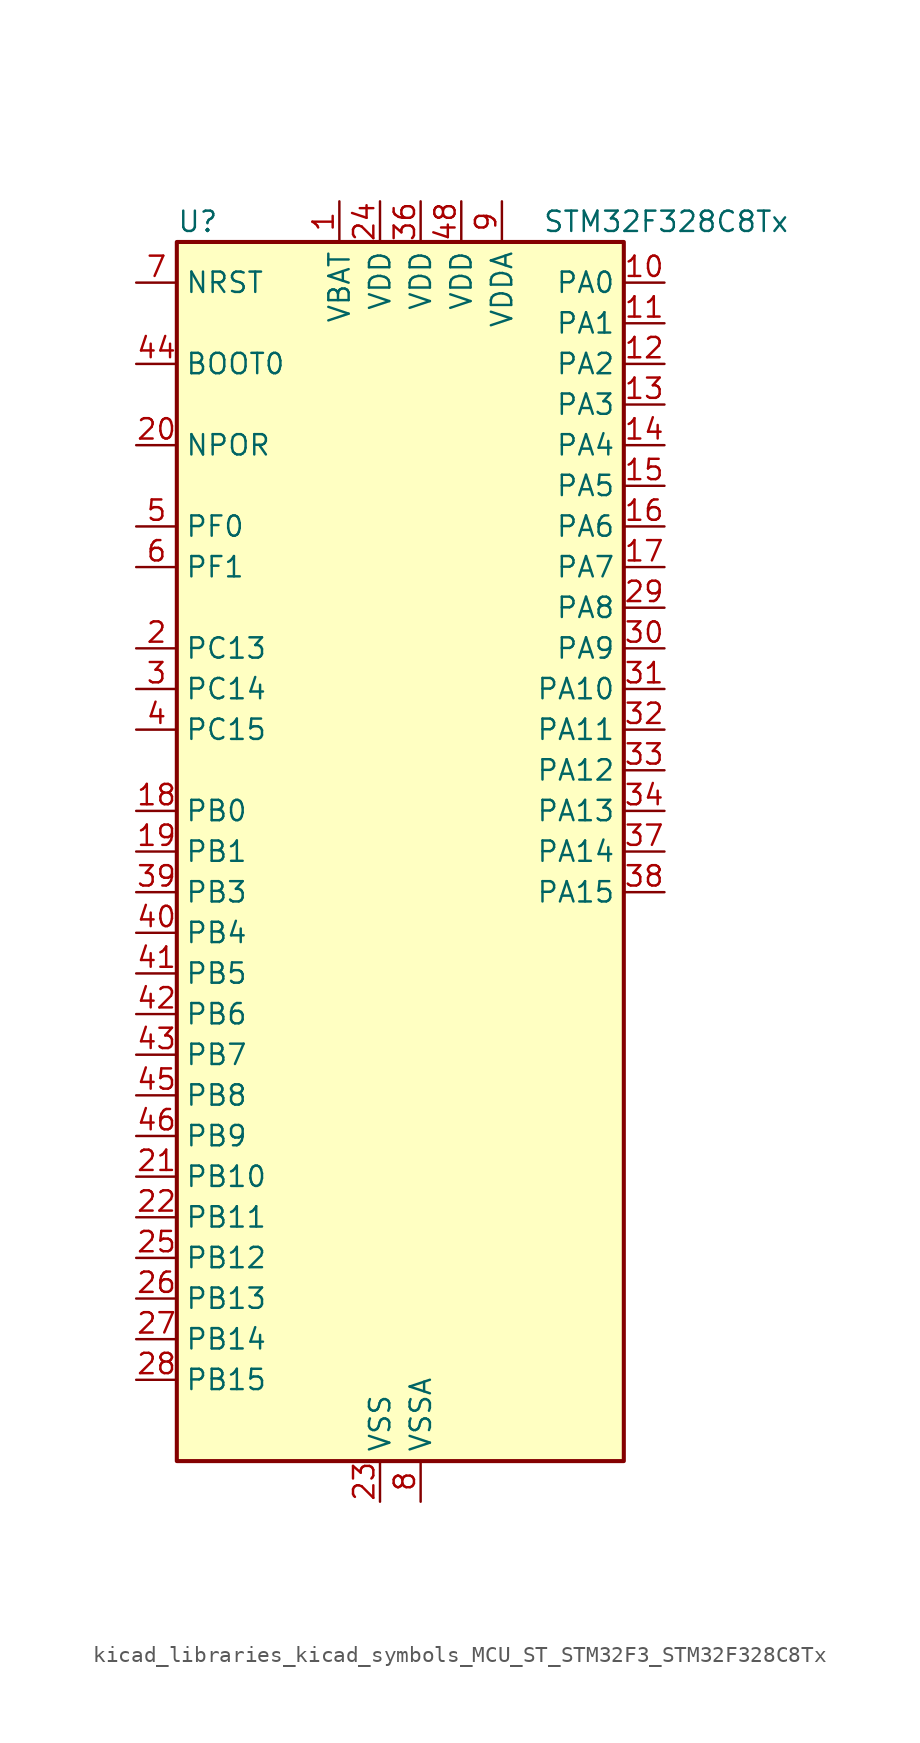
<source format=kicad_sym>
(kicad_symbol_lib
  (version 20220914)
  (generator kicad_symbol_editor)
  (symbol "kicad_libraries_kicad_symbols_MCU_ST_STM32F3_STM32F328C8Tx"
    (property "Reference" "U"
      (at -12.7 39.37 0)
      (effects (font (size 1.27 1.27)) (justify left)))
    (property "Value" "STM32F328C8Tx"
      (at 10.16 39.37 0)
      (effects (font (size 1.27 1.27)) (justify left)))
    (property "ki_locked" ""
      (at 0 0 0)
      (effects (font (size 1.27 1.27))))
    (symbol "kicad_libraries_kicad_symbols_MCU_ST_STM32F3_STM32F328C8Tx_0_1"
      (rectangle (start -12.7 -38.1) (end 15.24 38.1) (stroke (width 0.254) (type default)) (fill (type background))))
    (symbol "kicad_libraries_kicad_symbols_MCU_ST_STM32F3_STM32F328C8Tx_1_1"
      (pin power_in line (at -2.54 40.64 270) (length 2.54) (name "VBAT" (effects (font (size 1.27 1.27)))) (number "1" (effects (font (size 1.27 1.27)))))
      (pin bidirectional line (at 17.78 35.56 180) (length 2.54) (name "PA0" (effects (font (size 1.27 1.27)))) (number "10" (effects (font (size 1.27 1.27)))) (alternate "ADC1_IN1" bidirectional line) (alternate "RTC_TAMP2" bidirectional line) (alternate "SYS_WKUP1" bidirectional line) (alternate "TIM2_CH1" bidirectional line) (alternate "TIM2_ETR" bidirectional line) (alternate "TSC_G1_IO1" bidirectional line) (alternate "USART2_CTS" bidirectional line))
      (pin bidirectional line (at 17.78 33.02 180) (length 2.54) (name "PA1" (effects (font (size 1.27 1.27)))) (number "11" (effects (font (size 1.27 1.27)))) (alternate "ADC1_IN2" bidirectional line) (alternate "RTC_REFIN" bidirectional line) (alternate "TIM15_CH1N" bidirectional line) (alternate "TIM2_CH2" bidirectional line) (alternate "TSC_G1_IO2" bidirectional line) (alternate "USART2_DE" bidirectional line) (alternate "USART2_RTS" bidirectional line))
      (pin bidirectional line (at 17.78 30.48 180) (length 2.54) (name "PA2" (effects (font (size 1.27 1.27)))) (number "12" (effects (font (size 1.27 1.27)))) (alternate "ADC1_IN3" bidirectional line) (alternate "COMP2_INM" bidirectional line) (alternate "COMP2_OUT" bidirectional line) (alternate "TIM15_CH1" bidirectional line) (alternate "TIM2_CH3" bidirectional line) (alternate "TSC_G1_IO3" bidirectional line) (alternate "USART2_TX" bidirectional line))
      (pin bidirectional line (at 17.78 27.94 180) (length 2.54) (name "PA3" (effects (font (size 1.27 1.27)))) (number "13" (effects (font (size 1.27 1.27)))) (alternate "ADC1_IN4" bidirectional line) (alternate "TIM15_CH2" bidirectional line) (alternate "TIM2_CH4" bidirectional line) (alternate "TSC_G1_IO4" bidirectional line) (alternate "USART2_RX" bidirectional line))
      (pin bidirectional line (at 17.78 25.4 180) (length 2.54) (name "PA4" (effects (font (size 1.27 1.27)))) (number "14" (effects (font (size 1.27 1.27)))) (alternate "ADC2_IN1" bidirectional line) (alternate "COMP2_INM" bidirectional line) (alternate "COMP4_INM" bidirectional line) (alternate "COMP6_INM" bidirectional line) (alternate "DAC1_OUT1" bidirectional line) (alternate "SPI1_NSS" bidirectional line) (alternate "TIM3_CH2" bidirectional line) (alternate "TSC_G2_IO1" bidirectional line) (alternate "USART2_CK" bidirectional line))
      (pin bidirectional line (at 17.78 22.86 180) (length 2.54) (name "PA5" (effects (font (size 1.27 1.27)))) (number "15" (effects (font (size 1.27 1.27)))) (alternate "ADC2_IN2" bidirectional line) (alternate "DAC1_OUT2" bidirectional line) (alternate "OPAMP2_VINM" bidirectional line) (alternate "OPAMP2_VINM_SEC" bidirectional line) (alternate "SPI1_SCK" bidirectional line) (alternate "TIM2_CH1" bidirectional line) (alternate "TIM2_ETR" bidirectional line) (alternate "TSC_G2_IO2" bidirectional line))
      (pin bidirectional line (at 17.78 20.32 180) (length 2.54) (name "PA6" (effects (font (size 1.27 1.27)))) (number "16" (effects (font (size 1.27 1.27)))) (alternate "ADC2_IN3" bidirectional line) (alternate "DAC2_OUT1" bidirectional line) (alternate "OPAMP2_VOUT" bidirectional line) (alternate "SPI1_MISO" bidirectional line) (alternate "TIM16_CH1" bidirectional line) (alternate "TIM1_BKIN" bidirectional line) (alternate "TIM3_CH1" bidirectional line) (alternate "TSC_G2_IO3" bidirectional line))
      (pin bidirectional line (at 17.78 17.78 180) (length 2.54) (name "PA7" (effects (font (size 1.27 1.27)))) (number "17" (effects (font (size 1.27 1.27)))) (alternate "ADC2_IN4" bidirectional line) (alternate "COMP2_INP" bidirectional line) (alternate "OPAMP2_VINP" bidirectional line) (alternate "OPAMP2_VINP_SEC" bidirectional line) (alternate "SPI1_MOSI" bidirectional line) (alternate "TIM17_CH1" bidirectional line) (alternate "TIM1_CH1N" bidirectional line) (alternate "TIM3_CH2" bidirectional line) (alternate "TSC_G2_IO4" bidirectional line))
      (pin bidirectional line (at -15.24 2.54 0) (length 2.54) (name "PB0" (effects (font (size 1.27 1.27)))) (number "18" (effects (font (size 1.27 1.27)))) (alternate "ADC1_IN11" bidirectional line) (alternate "COMP4_INP" bidirectional line) (alternate "OPAMP2_VINP" bidirectional line) (alternate "OPAMP2_VINP_SEC" bidirectional line) (alternate "TIM1_CH2N" bidirectional line) (alternate "TIM3_CH3" bidirectional line) (alternate "TSC_G3_IO2" bidirectional line))
      (pin bidirectional line (at -15.24 0 0) (length 2.54) (name "PB1" (effects (font (size 1.27 1.27)))) (number "19" (effects (font (size 1.27 1.27)))) (alternate "ADC1_IN12" bidirectional line) (alternate "COMP4_OUT" bidirectional line) (alternate "TIM1_CH3N" bidirectional line) (alternate "TIM3_CH4" bidirectional line) (alternate "TSC_G3_IO3" bidirectional line))
      (pin bidirectional line (at -15.24 12.7 0) (length 2.54) (name "PC13" (effects (font (size 1.27 1.27)))) (number "2" (effects (font (size 1.27 1.27)))) (alternate "RTC_OUT_ALARM" bidirectional line) (alternate "RTC_OUT_CALIB" bidirectional line) (alternate "RTC_TAMP1" bidirectional line) (alternate "RTC_TS" bidirectional line) (alternate "SYS_WKUP2" bidirectional line) (alternate "TIM1_CH1N" bidirectional line))
      (pin input line (at -15.24 25.4 0) (length 2.54) (name "NPOR" (effects (font (size 1.27 1.27)))) (number "20" (effects (font (size 1.27 1.27)))))
      (pin bidirectional line (at -15.24 -20.32 0) (length 2.54) (name "PB10" (effects (font (size 1.27 1.27)))) (number "21" (effects (font (size 1.27 1.27)))) (alternate "TIM2_CH3" bidirectional line) (alternate "TSC_SYNC" bidirectional line) (alternate "USART3_TX" bidirectional line))
      (pin bidirectional line (at -15.24 -22.86 0) (length 2.54) (name "PB11" (effects (font (size 1.27 1.27)))) (number "22" (effects (font (size 1.27 1.27)))) (alternate "COMP6_INP" bidirectional line) (alternate "TIM2_CH4" bidirectional line) (alternate "TSC_G6_IO1" bidirectional line) (alternate "USART3_RX" bidirectional line))
      (pin power_in line (at 0 -40.64 90) (length 2.54) (name "VSS" (effects (font (size 1.27 1.27)))) (number "23" (effects (font (size 1.27 1.27)))))
      (pin power_in line (at 0 40.64 270) (length 2.54) (name "VDD" (effects (font (size 1.27 1.27)))) (number "24" (effects (font (size 1.27 1.27)))))
      (pin bidirectional line (at -15.24 -25.4 0) (length 2.54) (name "PB12" (effects (font (size 1.27 1.27)))) (number "25" (effects (font (size 1.27 1.27)))) (alternate "ADC2_IN13" bidirectional line) (alternate "TIM1_BKIN" bidirectional line) (alternate "TSC_G6_IO2" bidirectional line) (alternate "USART3_CK" bidirectional line))
      (pin bidirectional line (at -15.24 -27.94 0) (length 2.54) (name "PB13" (effects (font (size 1.27 1.27)))) (number "26" (effects (font (size 1.27 1.27)))) (alternate "ADC1_IN13" bidirectional line) (alternate "TIM1_CH1N" bidirectional line) (alternate "TSC_G6_IO3" bidirectional line) (alternate "USART3_CTS" bidirectional line))
      (pin bidirectional line (at -15.24 -30.48 0) (length 2.54) (name "PB14" (effects (font (size 1.27 1.27)))) (number "27" (effects (font (size 1.27 1.27)))) (alternate "ADC2_IN14" bidirectional line) (alternate "OPAMP2_VINP" bidirectional line) (alternate "OPAMP2_VINP_SEC" bidirectional line) (alternate "TIM15_CH1" bidirectional line) (alternate "TIM1_CH2N" bidirectional line) (alternate "TSC_G6_IO4" bidirectional line) (alternate "USART3_DE" bidirectional line) (alternate "USART3_RTS" bidirectional line))
      (pin bidirectional line (at -15.24 -33.02 0) (length 2.54) (name "PB15" (effects (font (size 1.27 1.27)))) (number "28" (effects (font (size 1.27 1.27)))) (alternate "ADC2_IN15" bidirectional line) (alternate "COMP6_INM" bidirectional line) (alternate "RTC_REFIN" bidirectional line) (alternate "TIM15_CH1N" bidirectional line) (alternate "TIM15_CH2" bidirectional line) (alternate "TIM1_CH3N" bidirectional line))
      (pin bidirectional line (at 17.78 15.24 180) (length 2.54) (name "PA8" (effects (font (size 1.27 1.27)))) (number "29" (effects (font (size 1.27 1.27)))) (alternate "RCC_MCO" bidirectional line) (alternate "TIM1_CH1" bidirectional line) (alternate "USART1_CK" bidirectional line))
      (pin bidirectional line (at -15.24 10.16 0) (length 2.54) (name "PC14" (effects (font (size 1.27 1.27)))) (number "3" (effects (font (size 1.27 1.27)))) (alternate "RCC_OSC32_IN" bidirectional line))
      (pin bidirectional line (at 17.78 12.7 180) (length 2.54) (name "PA9" (effects (font (size 1.27 1.27)))) (number "30" (effects (font (size 1.27 1.27)))) (alternate "DAC1_EXTI9" bidirectional line) (alternate "DAC2_EXTI9" bidirectional line) (alternate "TIM15_BKIN" bidirectional line) (alternate "TIM1_CH2" bidirectional line) (alternate "TIM2_CH3" bidirectional line) (alternate "TSC_G4_IO1" bidirectional line) (alternate "USART1_TX" bidirectional line))
      (pin bidirectional line (at 17.78 10.16 180) (length 2.54) (name "PA10" (effects (font (size 1.27 1.27)))) (number "31" (effects (font (size 1.27 1.27)))) (alternate "COMP6_OUT" bidirectional line) (alternate "TIM17_BKIN" bidirectional line) (alternate "TIM1_CH3" bidirectional line) (alternate "TIM2_CH4" bidirectional line) (alternate "TSC_G4_IO2" bidirectional line) (alternate "USART1_RX" bidirectional line))
      (pin bidirectional line (at 17.78 7.62 180) (length 2.54) (name "PA11" (effects (font (size 1.27 1.27)))) (number "32" (effects (font (size 1.27 1.27)))) (alternate "CAN_RX" bidirectional line) (alternate "TIM1_BKIN2" bidirectional line) (alternate "TIM1_CH1N" bidirectional line) (alternate "TIM1_CH4" bidirectional line) (alternate "USART1_CTS" bidirectional line))
      (pin bidirectional line (at 17.78 5.08 180) (length 2.54) (name "PA12" (effects (font (size 1.27 1.27)))) (number "33" (effects (font (size 1.27 1.27)))) (alternate "CAN_TX" bidirectional line) (alternate "COMP2_OUT" bidirectional line) (alternate "TIM16_CH1" bidirectional line) (alternate "TIM1_CH2N" bidirectional line) (alternate "TIM1_ETR" bidirectional line) (alternate "USART1_DE" bidirectional line) (alternate "USART1_RTS" bidirectional line))
      (pin bidirectional line (at 17.78 2.54 180) (length 2.54) (name "PA13" (effects (font (size 1.27 1.27)))) (number "34" (effects (font (size 1.27 1.27)))) (alternate "IR_OUT" bidirectional line) (alternate "SYS_JTMS-SWDIO" bidirectional line) (alternate "TIM16_CH1N" bidirectional line) (alternate "TSC_G4_IO3" bidirectional line) (alternate "USART3_CTS" bidirectional line))
      (pin passive line (at 0 -40.64 90) (length 2.54) hide (name "VSS" (effects (font (size 1.27 1.27)))) (number "35" (effects (font (size 1.27 1.27)))))
      (pin power_in line (at 2.54 40.64 270) (length 2.54) (name "VDD" (effects (font (size 1.27 1.27)))) (number "36" (effects (font (size 1.27 1.27)))))
      (pin bidirectional line (at 17.78 0 180) (length 2.54) (name "PA14" (effects (font (size 1.27 1.27)))) (number "37" (effects (font (size 1.27 1.27)))) (alternate "I2C1_SDA" bidirectional line) (alternate "SYS_JTCK-SWCLK" bidirectional line) (alternate "TIM1_BKIN" bidirectional line) (alternate "TSC_G4_IO4" bidirectional line) (alternate "USART2_TX" bidirectional line))
      (pin bidirectional line (at 17.78 -2.54 180) (length 2.54) (name "PA15" (effects (font (size 1.27 1.27)))) (number "38" (effects (font (size 1.27 1.27)))) (alternate "I2C1_SCL" bidirectional line) (alternate "SPI1_NSS" bidirectional line) (alternate "SYS_JTDI" bidirectional line) (alternate "TIM1_BKIN" bidirectional line) (alternate "TIM2_CH1" bidirectional line) (alternate "TIM2_ETR" bidirectional line) (alternate "TSC_SYNC" bidirectional line) (alternate "USART2_RX" bidirectional line))
      (pin bidirectional line (at -15.24 -2.54 0) (length 2.54) (name "PB3" (effects (font (size 1.27 1.27)))) (number "39" (effects (font (size 1.27 1.27)))) (alternate "SPI1_SCK" bidirectional line) (alternate "SYS_JTDO-TRACESWO" bidirectional line) (alternate "TIM2_CH2" bidirectional line) (alternate "TIM3_ETR" bidirectional line) (alternate "TSC_G5_IO1" bidirectional line) (alternate "USART2_TX" bidirectional line))
      (pin bidirectional line (at -15.24 7.62 0) (length 2.54) (name "PC15" (effects (font (size 1.27 1.27)))) (number "4" (effects (font (size 1.27 1.27)))) (alternate "RCC_OSC32_OUT" bidirectional line))
      (pin bidirectional line (at -15.24 -5.08 0) (length 2.54) (name "PB4" (effects (font (size 1.27 1.27)))) (number "40" (effects (font (size 1.27 1.27)))) (alternate "SPI1_MISO" bidirectional line) (alternate "SYS_NJTRST" bidirectional line) (alternate "TIM16_CH1" bidirectional line) (alternate "TIM17_BKIN" bidirectional line) (alternate "TIM3_CH1" bidirectional line) (alternate "TSC_G5_IO2" bidirectional line) (alternate "USART2_RX" bidirectional line))
      (pin bidirectional line (at -15.24 -7.62 0) (length 2.54) (name "PB5" (effects (font (size 1.27 1.27)))) (number "41" (effects (font (size 1.27 1.27)))) (alternate "I2C1_SMBA" bidirectional line) (alternate "SPI1_MOSI" bidirectional line) (alternate "TIM16_BKIN" bidirectional line) (alternate "TIM17_CH1" bidirectional line) (alternate "TIM3_CH2" bidirectional line) (alternate "USART2_CK" bidirectional line))
      (pin bidirectional line (at -15.24 -10.16 0) (length 2.54) (name "PB6" (effects (font (size 1.27 1.27)))) (number "42" (effects (font (size 1.27 1.27)))) (alternate "I2C1_SCL" bidirectional line) (alternate "TIM16_CH1N" bidirectional line) (alternate "TSC_G5_IO3" bidirectional line) (alternate "USART1_TX" bidirectional line))
      (pin bidirectional line (at -15.24 -12.7 0) (length 2.54) (name "PB7" (effects (font (size 1.27 1.27)))) (number "43" (effects (font (size 1.27 1.27)))) (alternate "I2C1_SDA" bidirectional line) (alternate "TIM17_CH1N" bidirectional line) (alternate "TIM3_CH4" bidirectional line) (alternate "TSC_G5_IO4" bidirectional line) (alternate "USART1_RX" bidirectional line))
      (pin input line (at -15.24 30.48 0) (length 2.54) (name "BOOT0" (effects (font (size 1.27 1.27)))) (number "44" (effects (font (size 1.27 1.27)))))
      (pin bidirectional line (at -15.24 -15.24 0) (length 2.54) (name "PB8" (effects (font (size 1.27 1.27)))) (number "45" (effects (font (size 1.27 1.27)))) (alternate "CAN_RX" bidirectional line) (alternate "I2C1_SCL" bidirectional line) (alternate "TIM16_CH1" bidirectional line) (alternate "TIM1_BKIN" bidirectional line) (alternate "TSC_SYNC" bidirectional line) (alternate "USART3_RX" bidirectional line))
      (pin bidirectional line (at -15.24 -17.78 0) (length 2.54) (name "PB9" (effects (font (size 1.27 1.27)))) (number "46" (effects (font (size 1.27 1.27)))) (alternate "CAN_TX" bidirectional line) (alternate "COMP2_OUT" bidirectional line) (alternate "DAC1_EXTI9" bidirectional line) (alternate "DAC2_EXTI9" bidirectional line) (alternate "I2C1_SDA" bidirectional line) (alternate "IR_OUT" bidirectional line) (alternate "TIM17_CH1" bidirectional line) (alternate "USART3_TX" bidirectional line))
      (pin passive line (at 0 -40.64 90) (length 2.54) hide (name "VSS" (effects (font (size 1.27 1.27)))) (number "47" (effects (font (size 1.27 1.27)))))
      (pin power_in line (at 5.08 40.64 270) (length 2.54) (name "VDD" (effects (font (size 1.27 1.27)))) (number "48" (effects (font (size 1.27 1.27)))))
      (pin bidirectional line (at -15.24 20.32 0) (length 2.54) (name "PF0" (effects (font (size 1.27 1.27)))) (number "5" (effects (font (size 1.27 1.27)))) (alternate "RCC_OSC_IN" bidirectional line) (alternate "TIM1_CH3N" bidirectional line))
      (pin bidirectional line (at -15.24 17.78 0) (length 2.54) (name "PF1" (effects (font (size 1.27 1.27)))) (number "6" (effects (font (size 1.27 1.27)))) (alternate "RCC_OSC_OUT" bidirectional line))
      (pin input line (at -15.24 35.56 0) (length 2.54) (name "NRST" (effects (font (size 1.27 1.27)))) (number "7" (effects (font (size 1.27 1.27)))))
      (pin power_in line (at 2.54 -40.64 90) (length 2.54) (name "VSSA" (effects (font (size 1.27 1.27)))) (number "8" (effects (font (size 1.27 1.27)))))
      (pin power_in line (at 7.62 40.64 270) (length 2.54) (name "VDDA" (effects (font (size 1.27 1.27)))) (number "9" (effects (font (size 1.27 1.27))))))))
</source>
